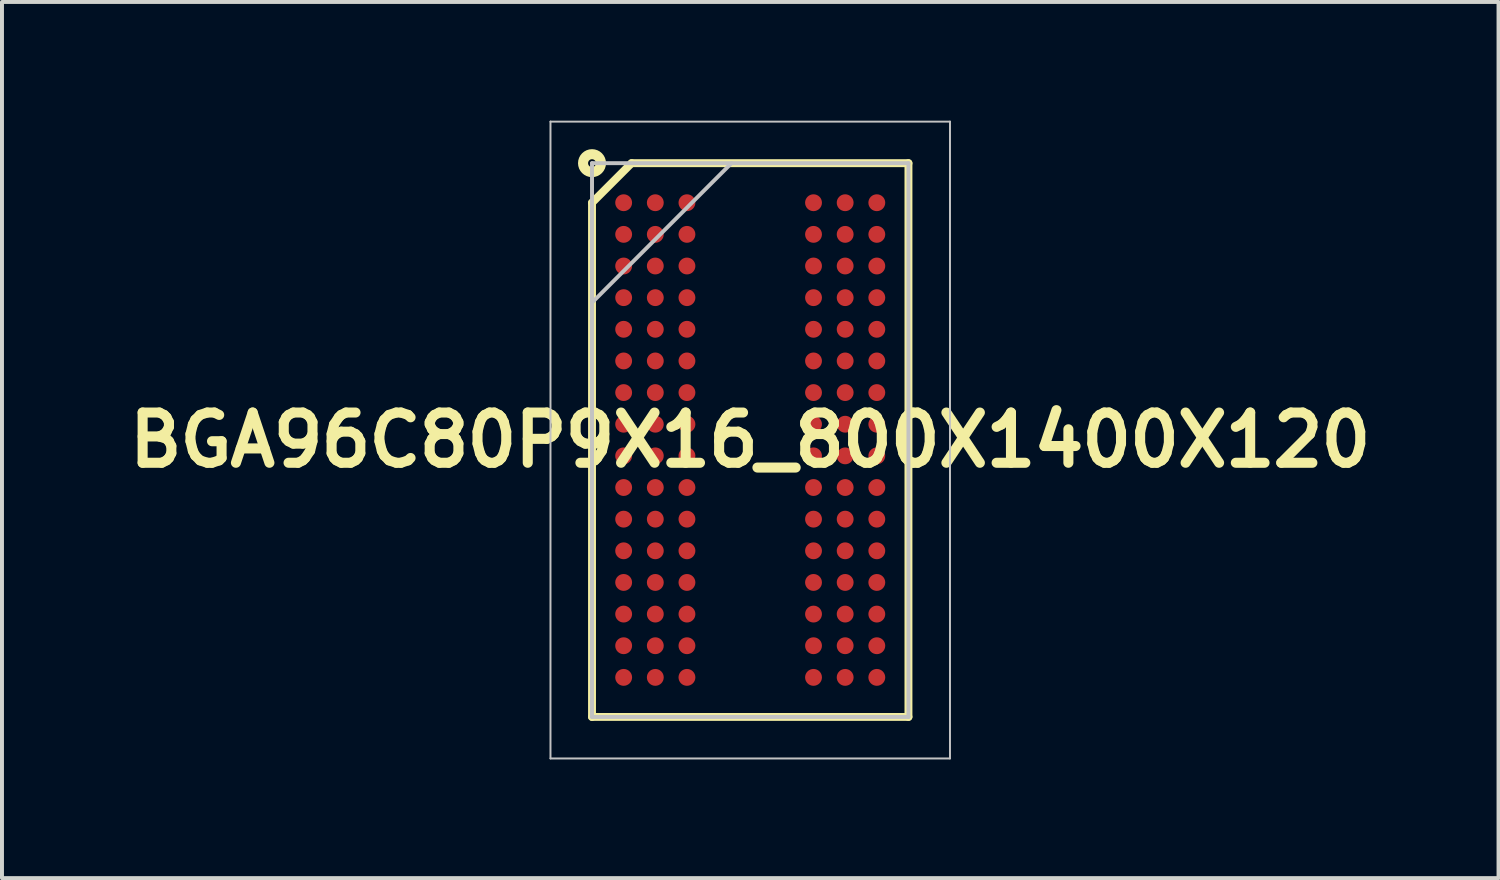
<source format=kicad_pcb>
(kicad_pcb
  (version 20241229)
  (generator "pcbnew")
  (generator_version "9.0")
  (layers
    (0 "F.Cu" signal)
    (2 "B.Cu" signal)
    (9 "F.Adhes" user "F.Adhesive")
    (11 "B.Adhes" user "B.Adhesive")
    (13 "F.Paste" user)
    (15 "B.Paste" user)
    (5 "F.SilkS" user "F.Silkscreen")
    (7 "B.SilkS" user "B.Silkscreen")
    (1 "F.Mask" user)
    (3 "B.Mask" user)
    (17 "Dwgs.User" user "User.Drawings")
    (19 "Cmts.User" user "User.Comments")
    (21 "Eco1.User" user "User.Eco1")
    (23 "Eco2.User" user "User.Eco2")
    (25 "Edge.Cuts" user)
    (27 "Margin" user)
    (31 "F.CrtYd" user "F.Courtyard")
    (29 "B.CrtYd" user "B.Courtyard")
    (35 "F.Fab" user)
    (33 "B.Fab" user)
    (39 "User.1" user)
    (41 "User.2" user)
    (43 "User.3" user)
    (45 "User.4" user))
  (footprint "BGA96C80P9X16_800X1400X120"
    (layer "F.Cu")
    (at 15.917 8.075)
    (property "Reference" "BGA96C80P9X16_800X1400X120" (at 0 0 0) (layer "F.SilkS") (effects (font (size 1.27 1.27) (thickness 0.254))))
    (attr smd)
    (fp_line (start -4 -6) (end -3 -7) (stroke (width 0.2) (type solid)) (layer "F.SilkS"))
    (fp_line (start -4 7) (end -4 -6) (stroke (width 0.2) (type solid)) (layer "F.SilkS"))
    (fp_line (start -3 -7) (end 4 -7) (stroke (width 0.2) (type solid)) (layer "F.SilkS"))
    (fp_line (start 4 -7) (end 4 7) (stroke (width 0.2) (type solid)) (layer "F.SilkS"))
    (fp_line (start 4 7) (end -4 7) (stroke (width 0.2) (type solid)) (layer "F.SilkS"))
    (fp_circle (center -4 -7) (end -3.9 -7) (stroke (width 0.254) (type solid)) (fill no) (layer "F.SilkS"))
    (fp_line (start -5.05 -8.05) (end 5.05 -8.05) (stroke (width 0.05) (type solid)) (layer "Dwgs.User"))
    (fp_line (start -5.05 8.05) (end -5.05 -8.05) (stroke (width 0.05) (type solid)) (layer "Dwgs.User"))
    (fp_line (start -4 -7) (end 4 -7) (stroke (width 0.1) (type solid)) (layer "Dwgs.User"))
    (fp_line (start -4 -3.475) (end -0.475 -7) (stroke (width 0.1) (type solid)) (layer "Dwgs.User"))
    (fp_line (start -4 7) (end -4 -7) (stroke (width 0.1) (type solid)) (layer "Dwgs.User"))
    (fp_line (start 4 -7) (end 4 7) (stroke (width 0.1) (type solid)) (layer "Dwgs.User"))
    (fp_line (start 4 7) (end -4 7) (stroke (width 0.1) (type solid)) (layer "Dwgs.User"))
    (fp_line (start 5.05 -8.05) (end 5.05 8.05) (stroke (width 0.05) (type solid)) (layer "Dwgs.User"))
    (fp_line (start 5.05 8.05) (end -5.05 8.05) (stroke (width 0.05) (type solid)) (layer "Dwgs.User"))
    (pad "A1" smd circle (at -3.2 -6 90) (size 0.426 0.426) (layers "F.Cu" "F.Mask" "F.Paste"))
    (pad "A2" smd circle (at -2.4 -6 90) (size 0.426 0.426) (layers "F.Cu" "F.Mask" "F.Paste"))
    (pad "A3" smd circle (at -1.6 -6 90) (size 0.426 0.426) (layers "F.Cu" "F.Mask" "F.Paste"))
    (pad "A7" smd circle (at 1.6 -6 90) (size 0.426 0.426) (layers "F.Cu" "F.Mask" "F.Paste"))
    (pad "A8" smd circle (at 2.4 -6 90) (size 0.426 0.426) (layers "F.Cu" "F.Mask" "F.Paste"))
    (pad "A9" smd circle (at 3.2 -6 90) (size 0.426 0.426) (layers "F.Cu" "F.Mask" "F.Paste"))
    (pad "B1" smd circle (at -3.2 -5.2 90) (size 0.426 0.426) (layers "F.Cu" "F.Mask" "F.Paste"))
    (pad "B2" smd circle (at -2.4 -5.2 90) (size 0.426 0.426) (layers "F.Cu" "F.Mask" "F.Paste"))
    (pad "B3" smd circle (at -1.6 -5.2 90) (size 0.426 0.426) (layers "F.Cu" "F.Mask" "F.Paste"))
    (pad "B7" smd circle (at 1.6 -5.2 90) (size 0.426 0.426) (layers "F.Cu" "F.Mask" "F.Paste"))
    (pad "B8" smd circle (at 2.4 -5.2 90) (size 0.426 0.426) (layers "F.Cu" "F.Mask" "F.Paste"))
    (pad "B9" smd circle (at 3.2 -5.2 90) (size 0.426 0.426) (layers "F.Cu" "F.Mask" "F.Paste"))
    (pad "C1" smd circle (at -3.2 -4.4 90) (size 0.426 0.426) (layers "F.Cu" "F.Mask" "F.Paste"))
    (pad "C2" smd circle (at -2.4 -4.4 90) (size 0.426 0.426) (layers "F.Cu" "F.Mask" "F.Paste"))
    (pad "C3" smd circle (at -1.6 -4.4 90) (size 0.426 0.426) (layers "F.Cu" "F.Mask" "F.Paste"))
    (pad "C7" smd circle (at 1.6 -4.4 90) (size 0.426 0.426) (layers "F.Cu" "F.Mask" "F.Paste"))
    (pad "C8" smd circle (at 2.4 -4.4 90) (size 0.426 0.426) (layers "F.Cu" "F.Mask" "F.Paste"))
    (pad "C9" smd circle (at 3.2 -4.4 90) (size 0.426 0.426) (layers "F.Cu" "F.Mask" "F.Paste"))
    (pad "D1" smd circle (at -3.2 -3.6 90) (size 0.426 0.426) (layers "F.Cu" "F.Mask" "F.Paste"))
    (pad "D2" smd circle (at -2.4 -3.6 90) (size 0.426 0.426) (layers "F.Cu" "F.Mask" "F.Paste"))
    (pad "D3" smd circle (at -1.6 -3.6 90) (size 0.426 0.426) (layers "F.Cu" "F.Mask" "F.Paste"))
    (pad "D7" smd circle (at 1.6 -3.6 90) (size 0.426 0.426) (layers "F.Cu" "F.Mask" "F.Paste"))
    (pad "D8" smd circle (at 2.4 -3.6 90) (size 0.426 0.426) (layers "F.Cu" "F.Mask" "F.Paste"))
    (pad "D9" smd circle (at 3.2 -3.6 90) (size 0.426 0.426) (layers "F.Cu" "F.Mask" "F.Paste"))
    (pad "E1" smd circle (at -3.2 -2.8 90) (size 0.426 0.426) (layers "F.Cu" "F.Mask" "F.Paste"))
    (pad "E2" smd circle (at -2.4 -2.8 90) (size 0.426 0.426) (layers "F.Cu" "F.Mask" "F.Paste"))
    (pad "E3" smd circle (at -1.6 -2.8 90) (size 0.426 0.426) (layers "F.Cu" "F.Mask" "F.Paste"))
    (pad "E7" smd circle (at 1.6 -2.8 90) (size 0.426 0.426) (layers "F.Cu" "F.Mask" "F.Paste"))
    (pad "E8" smd circle (at 2.4 -2.8 90) (size 0.426 0.426) (layers "F.Cu" "F.Mask" "F.Paste"))
    (pad "E9" smd circle (at 3.2 -2.8 90) (size 0.426 0.426) (layers "F.Cu" "F.Mask" "F.Paste"))
    (pad "F1" smd circle (at -3.2 -2 90) (size 0.426 0.426) (layers "F.Cu" "F.Mask" "F.Paste"))
    (pad "F2" smd circle (at -2.4 -2 90) (size 0.426 0.426) (layers "F.Cu" "F.Mask" "F.Paste"))
    (pad "F3" smd circle (at -1.6 -2 90) (size 0.426 0.426) (layers "F.Cu" "F.Mask" "F.Paste"))
    (pad "F7" smd circle (at 1.6 -2 90) (size 0.426 0.426) (layers "F.Cu" "F.Mask" "F.Paste"))
    (pad "F8" smd circle (at 2.4 -2 90) (size 0.426 0.426) (layers "F.Cu" "F.Mask" "F.Paste"))
    (pad "F9" smd circle (at 3.2 -2 90) (size 0.426 0.426) (layers "F.Cu" "F.Mask" "F.Paste"))
    (pad "G1" smd circle (at -3.2 -1.2 90) (size 0.426 0.426) (layers "F.Cu" "F.Mask" "F.Paste"))
    (pad "G2" smd circle (at -2.4 -1.2 90) (size 0.426 0.426) (layers "F.Cu" "F.Mask" "F.Paste"))
    (pad "G3" smd circle (at -1.6 -1.2 90) (size 0.426 0.426) (layers "F.Cu" "F.Mask" "F.Paste"))
    (pad "G7" smd circle (at 1.6 -1.2 90) (size 0.426 0.426) (layers "F.Cu" "F.Mask" "F.Paste"))
    (pad "G8" smd circle (at 2.4 -1.2 90) (size 0.426 0.426) (layers "F.Cu" "F.Mask" "F.Paste"))
    (pad "G9" smd circle (at 3.2 -1.2 90) (size 0.426 0.426) (layers "F.Cu" "F.Mask" "F.Paste"))
    (pad "H1" smd circle (at -3.2 -0.4 90) (size 0.426 0.426) (layers "F.Cu" "F.Mask" "F.Paste"))
    (pad "H2" smd circle (at -2.4 -0.4 90) (size 0.426 0.426) (layers "F.Cu" "F.Mask" "F.Paste"))
    (pad "H3" smd circle (at -1.6 -0.4 90) (size 0.426 0.426) (layers "F.Cu" "F.Mask" "F.Paste"))
    (pad "H7" smd circle (at 1.6 -0.4 90) (size 0.426 0.426) (layers "F.Cu" "F.Mask" "F.Paste"))
    (pad "H8" smd circle (at 2.4 -0.4 90) (size 0.426 0.426) (layers "F.Cu" "F.Mask" "F.Paste"))
    (pad "H9" smd circle (at 3.2 -0.4 90) (size 0.426 0.426) (layers "F.Cu" "F.Mask" "F.Paste"))
    (pad "J1" smd circle (at -3.2 0.4 90) (size 0.426 0.426) (layers "F.Cu" "F.Mask" "F.Paste"))
    (pad "J2" smd circle (at -2.4 0.4 90) (size 0.426 0.426) (layers "F.Cu" "F.Mask" "F.Paste"))
    (pad "J3" smd circle (at -1.6 0.4 90) (size 0.426 0.426) (layers "F.Cu" "F.Mask" "F.Paste"))
    (pad "J7" smd circle (at 1.6 0.4 90) (size 0.426 0.426) (layers "F.Cu" "F.Mask" "F.Paste"))
    (pad "J8" smd circle (at 2.4 0.4 90) (size 0.426 0.426) (layers "F.Cu" "F.Mask" "F.Paste"))
    (pad "J9" smd circle (at 3.2 0.4 90) (size 0.426 0.426) (layers "F.Cu" "F.Mask" "F.Paste"))
    (pad "K1" smd circle (at -3.2 1.2 90) (size 0.426 0.426) (layers "F.Cu" "F.Mask" "F.Paste"))
    (pad "K2" smd circle (at -2.4 1.2 90) (size 0.426 0.426) (layers "F.Cu" "F.Mask" "F.Paste"))
    (pad "K3" smd circle (at -1.6 1.2 90) (size 0.426 0.426) (layers "F.Cu" "F.Mask" "F.Paste"))
    (pad "K7" smd circle (at 1.6 1.2 90) (size 0.426 0.426) (layers "F.Cu" "F.Mask" "F.Paste"))
    (pad "K8" smd circle (at 2.4 1.2 90) (size 0.426 0.426) (layers "F.Cu" "F.Mask" "F.Paste"))
    (pad "K9" smd circle (at 3.2 1.2 90) (size 0.426 0.426) (layers "F.Cu" "F.Mask" "F.Paste"))
    (pad "L1" smd circle (at -3.2 2 90) (size 0.426 0.426) (layers "F.Cu" "F.Mask" "F.Paste"))
    (pad "L2" smd circle (at -2.4 2 90) (size 0.426 0.426) (layers "F.Cu" "F.Mask" "F.Paste"))
    (pad "L3" smd circle (at -1.6 2 90) (size 0.426 0.426) (layers "F.Cu" "F.Mask" "F.Paste"))
    (pad "L7" smd circle (at 1.6 2 90) (size 0.426 0.426) (layers "F.Cu" "F.Mask" "F.Paste"))
    (pad "L8" smd circle (at 2.4 2 90) (size 0.426 0.426) (layers "F.Cu" "F.Mask" "F.Paste"))
    (pad "L9" smd circle (at 3.2 2 90) (size 0.426 0.426) (layers "F.Cu" "F.Mask" "F.Paste"))
    (pad "M1" smd circle (at -3.2 2.8 90) (size 0.426 0.426) (layers "F.Cu" "F.Mask" "F.Paste"))
    (pad "M2" smd circle (at -2.4 2.8 90) (size 0.426 0.426) (layers "F.Cu" "F.Mask" "F.Paste"))
    (pad "M3" smd circle (at -1.6 2.8 90) (size 0.426 0.426) (layers "F.Cu" "F.Mask" "F.Paste"))
    (pad "M7" smd circle (at 1.6 2.8 90) (size 0.426 0.426) (layers "F.Cu" "F.Mask" "F.Paste"))
    (pad "M8" smd circle (at 2.4 2.8 90) (size 0.426 0.426) (layers "F.Cu" "F.Mask" "F.Paste"))
    (pad "M9" smd circle (at 3.2 2.8 90) (size 0.426 0.426) (layers "F.Cu" "F.Mask" "F.Paste"))
    (pad "N1" smd circle (at -3.2 3.6 90) (size 0.426 0.426) (layers "F.Cu" "F.Mask" "F.Paste"))
    (pad "N2" smd circle (at -2.4 3.6 90) (size 0.426 0.426) (layers "F.Cu" "F.Mask" "F.Paste"))
    (pad "N3" smd circle (at -1.6 3.6 90) (size 0.426 0.426) (layers "F.Cu" "F.Mask" "F.Paste"))
    (pad "N7" smd circle (at 1.6 3.6 90) (size 0.426 0.426) (layers "F.Cu" "F.Mask" "F.Paste"))
    (pad "N8" smd circle (at 2.4 3.6 90) (size 0.426 0.426) (layers "F.Cu" "F.Mask" "F.Paste"))
    (pad "N9" smd circle (at 3.2 3.6 90) (size 0.426 0.426) (layers "F.Cu" "F.Mask" "F.Paste"))
    (pad "P1" smd circle (at -3.2 4.4 90) (size 0.426 0.426) (layers "F.Cu" "F.Mask" "F.Paste"))
    (pad "P2" smd circle (at -2.4 4.4 90) (size 0.426 0.426) (layers "F.Cu" "F.Mask" "F.Paste"))
    (pad "P3" smd circle (at -1.6 4.4 90) (size 0.426 0.426) (layers "F.Cu" "F.Mask" "F.Paste"))
    (pad "P7" smd circle (at 1.6 4.4 90) (size 0.426 0.426) (layers "F.Cu" "F.Mask" "F.Paste"))
    (pad "P8" smd circle (at 2.4 4.4 90) (size 0.426 0.426) (layers "F.Cu" "F.Mask" "F.Paste"))
    (pad "P9" smd circle (at 3.2 4.4 90) (size 0.426 0.426) (layers "F.Cu" "F.Mask" "F.Paste"))
    (pad "R1" smd circle (at -3.2 5.2 90) (size 0.426 0.426) (layers "F.Cu" "F.Mask" "F.Paste"))
    (pad "R2" smd circle (at -2.4 5.2 90) (size 0.426 0.426) (layers "F.Cu" "F.Mask" "F.Paste"))
    (pad "R3" smd circle (at -1.6 5.2 90) (size 0.426 0.426) (layers "F.Cu" "F.Mask" "F.Paste"))
    (pad "R7" smd circle (at 1.6 5.2 90) (size 0.426 0.426) (layers "F.Cu" "F.Mask" "F.Paste"))
    (pad "R8" smd circle (at 2.4 5.2 90) (size 0.426 0.426) (layers "F.Cu" "F.Mask" "F.Paste"))
    (pad "R9" smd circle (at 3.2 5.2 90) (size 0.426 0.426) (layers "F.Cu" "F.Mask" "F.Paste"))
    (pad "T1" smd circle (at -3.2 6 90) (size 0.426 0.426) (layers "F.Cu" "F.Mask" "F.Paste"))
    (pad "T2" smd circle (at -2.4 6 90) (size 0.426 0.426) (layers "F.Cu" "F.Mask" "F.Paste"))
    (pad "T3" smd circle (at -1.6 6 90) (size 0.426 0.426) (layers "F.Cu" "F.Mask" "F.Paste"))
    (pad "T7" smd circle (at 1.6 6 90) (size 0.426 0.426) (layers "F.Cu" "F.Mask" "F.Paste"))
    (pad "T8" smd circle (at 2.4 6 90) (size 0.426 0.426) (layers "F.Cu" "F.Mask" "F.Paste"))
    (pad "T9" smd circle (at 3.2 6 90) (size 0.426 0.426) (layers "F.Cu" "F.Mask" "F.Paste")))
  (gr_rect
    (start -3 -3)
    (end 34.835 19.15)
    (stroke (width 0.1) (type default))
    (fill no)
    (layer "Edge.Cuts")))
</source>
